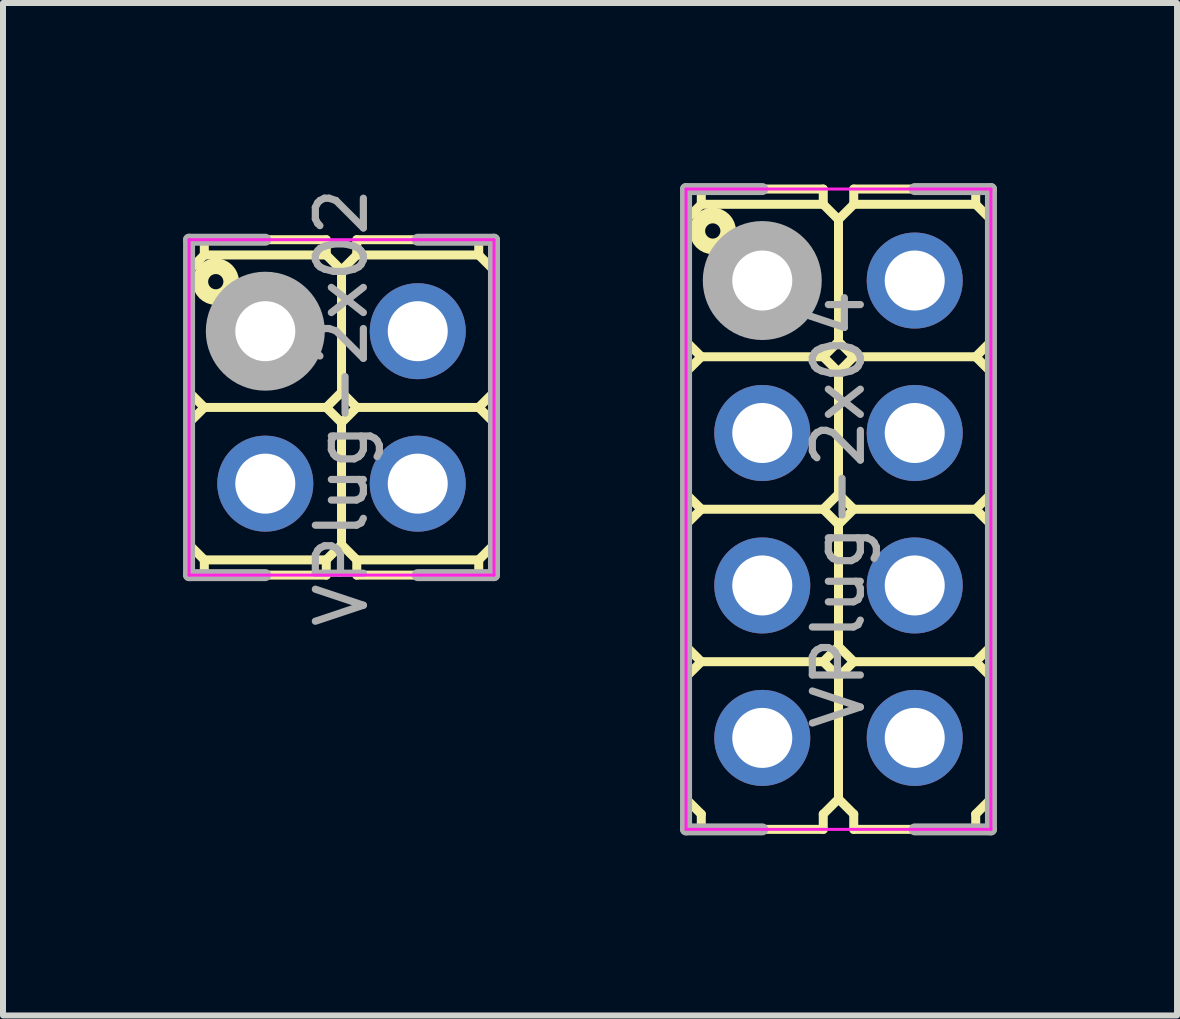
<source format=kicad_pcb>
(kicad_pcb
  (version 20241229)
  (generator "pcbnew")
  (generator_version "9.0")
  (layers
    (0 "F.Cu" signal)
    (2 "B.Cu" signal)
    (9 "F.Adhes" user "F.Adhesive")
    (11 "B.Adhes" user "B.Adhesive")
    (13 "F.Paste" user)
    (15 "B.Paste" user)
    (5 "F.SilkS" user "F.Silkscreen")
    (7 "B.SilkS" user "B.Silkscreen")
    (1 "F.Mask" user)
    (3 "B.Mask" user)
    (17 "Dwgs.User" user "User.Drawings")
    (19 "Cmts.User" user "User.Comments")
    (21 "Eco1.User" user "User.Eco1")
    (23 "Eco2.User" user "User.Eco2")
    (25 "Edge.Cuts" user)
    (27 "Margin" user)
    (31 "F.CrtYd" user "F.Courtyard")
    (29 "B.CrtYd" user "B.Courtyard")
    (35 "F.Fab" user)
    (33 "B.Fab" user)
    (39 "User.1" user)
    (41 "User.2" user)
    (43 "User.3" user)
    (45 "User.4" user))
  (footprint "VPlug-2x02"
    (layer "F.Cu")
    (at 2.64 3.738)
    (property "Reference" "VPlug-2x02" (at 0 0 270) (layer "F.Fab") (effects (font (size 0.8 0.8) (thickness 0.12))))
    (attr through_hole)
    (fp_line (start -2.54 -2.286) (end -2.54 -0.254) (stroke (width 0.15) (type solid)) (layer "F.SilkS"))
    (fp_line (start -2.54 -2.286) (end -2.286 -2.54) (stroke (width 0.15) (type solid)) (layer "F.SilkS"))
    (fp_line (start -2.54 -0.254) (end -2.286 0) (stroke (width 0.15) (type solid)) (layer "F.SilkS"))
    (fp_line (start -2.54 0.254) (end -2.54 2.286) (stroke (width 0.15) (type solid)) (layer "F.SilkS"))
    (fp_line (start -2.54 2.286) (end -2.286 2.54) (stroke (width 0.15) (type solid)) (layer "F.SilkS"))
    (fp_line (start -2.286 -2.794) (end -0.254 -2.794) (stroke (width 0.15) (type solid)) (layer "F.SilkS"))
    (fp_line (start -2.286 -2.54) (end -2.286 -2.794) (stroke (width 0.15) (type solid)) (layer "F.SilkS"))
    (fp_line (start -2.286 -2.54) (end -0.254 -2.54) (stroke (width 0.15) (type solid)) (layer "F.SilkS"))
    (fp_line (start -2.286 0) (end -2.54 0.254) (stroke (width 0.15) (type solid)) (layer "F.SilkS"))
    (fp_line (start -2.286 2.54) (end -2.286 2.794) (stroke (width 0.15) (type solid)) (layer "F.SilkS"))
    (fp_line (start -2.286 2.54) (end -0.254 2.54) (stroke (width 0.15) (type solid)) (layer "F.SilkS"))
    (fp_line (start -2.286 2.794) (end -0.254 2.794) (stroke (width 0.15) (type solid)) (layer "F.SilkS"))
    (fp_line (start -0.254 -2.794) (end -0.254 -2.54) (stroke (width 0.15) (type solid)) (layer "F.SilkS"))
    (fp_line (start -0.254 -2.54) (end 0 -2.286) (stroke (width 0.15) (type solid)) (layer "F.SilkS"))
    (fp_line (start -0.254 0) (end -2.286 0) (stroke (width 0.15) (type solid)) (layer "F.SilkS"))
    (fp_line (start -0.254 2.54) (end 0 2.286) (stroke (width 0.15) (type solid)) (layer "F.SilkS"))
    (fp_line (start -0.254 2.794) (end -0.254 2.54) (stroke (width 0.15) (type solid)) (layer "F.SilkS"))
    (fp_line (start 0 -2.286) (end 0 -0.254) (stroke (width 0.15) (type solid)) (layer "F.SilkS"))
    (fp_line (start 0 -2.286) (end 0.254 -2.54) (stroke (width 0.15) (type solid)) (layer "F.SilkS"))
    (fp_line (start 0 -0.254) (end -0.254 0) (stroke (width 0.15) (type solid)) (layer "F.SilkS"))
    (fp_line (start 0 -0.254) (end 0.254 0) (stroke (width 0.15) (type solid)) (layer "F.SilkS"))
    (fp_line (start 0 0.254) (end -0.254 0) (stroke (width 0.15) (type solid)) (layer "F.SilkS"))
    (fp_line (start 0 2.286) (end 0 0.254) (stroke (width 0.15) (type solid)) (layer "F.SilkS"))
    (fp_line (start 0 2.286) (end 0.254 2.54) (stroke (width 0.15) (type solid)) (layer "F.SilkS"))
    (fp_line (start 0.254 -2.794) (end 2.286 -2.794) (stroke (width 0.15) (type solid)) (layer "F.SilkS"))
    (fp_line (start 0.254 -2.54) (end 0.254 -2.794) (stroke (width 0.15) (type solid)) (layer "F.SilkS"))
    (fp_line (start 0.254 -2.54) (end 2.286 -2.54) (stroke (width 0.15) (type solid)) (layer "F.SilkS"))
    (fp_line (start 0.254 0) (end 0 0.254) (stroke (width 0.15) (type solid)) (layer "F.SilkS"))
    (fp_line (start 0.254 2.54) (end 0.254 2.794) (stroke (width 0.15) (type solid)) (layer "F.SilkS"))
    (fp_line (start 0.254 2.54) (end 2.286 2.54) (stroke (width 0.15) (type solid)) (layer "F.SilkS"))
    (fp_line (start 0.254 2.794) (end 2.286 2.794) (stroke (width 0.15) (type solid)) (layer "F.SilkS"))
    (fp_line (start 2.286 -2.794) (end 2.286 -2.54) (stroke (width 0.15) (type solid)) (layer "F.SilkS"))
    (fp_line (start 2.286 -2.54) (end 2.54 -2.286) (stroke (width 0.15) (type solid)) (layer "F.SilkS"))
    (fp_line (start 2.286 0) (end 0.254 0) (stroke (width 0.15) (type solid)) (layer "F.SilkS"))
    (fp_line (start 2.286 2.54) (end 2.54 2.286) (stroke (width 0.15) (type solid)) (layer "F.SilkS"))
    (fp_line (start 2.286 2.794) (end 2.286 2.54) (stroke (width 0.15) (type solid)) (layer "F.SilkS"))
    (fp_line (start 2.54 -2.286) (end 2.54 -0.254) (stroke (width 0.15) (type solid)) (layer "F.SilkS"))
    (fp_line (start 2.54 -0.254) (end 2.286 0) (stroke (width 0.15) (type solid)) (layer "F.SilkS"))
    (fp_line (start 2.54 0.254) (end 2.286 0) (stroke (width 0.15) (type solid)) (layer "F.SilkS"))
    (fp_line (start 2.54 2.286) (end 2.54 0.254) (stroke (width 0.15) (type solid)) (layer "F.SilkS"))
    (fp_circle (center -2.095 -2.095) (end -1.968 -2.095) (stroke (width 0.26) (type solid)) (fill no) (layer "F.SilkS"))
    (fp_line (start -2.54 -2.794) (end 2.54 -2.794) (stroke (width 0.05) (type solid)) (layer "F.CrtYd"))
    (fp_line (start -2.54 2.794) (end -2.54 -2.794) (stroke (width 0.05) (type solid)) (layer "F.CrtYd"))
    (fp_line (start -2.54 2.794) (end 2.54 2.794) (stroke (width 0.05) (type solid)) (layer "F.CrtYd"))
    (fp_line (start 2.54 -2.794) (end 2.54 2.794) (stroke (width 0.05) (type solid)) (layer "F.CrtYd"))
    (fp_line (start -2.54 -2.794) (end -2.54 2.794) (stroke (width 0.2) (type solid)) (layer "F.Fab"))
    (fp_line (start -2.54 -2.794) (end -1.27 -2.794) (stroke (width 0.2) (type solid)) (layer "F.Fab"))
    (fp_line (start -2.54 2.794) (end -1.27 2.794) (stroke (width 0.2) (type solid)) (layer "F.Fab"))
    (fp_line (start 1.27 -2.794) (end 2.54 -2.794) (stroke (width 0.2) (type solid)) (layer "F.Fab"))
    (fp_line (start 1.27 2.794) (end 2.54 2.794) (stroke (width 0.2) (type solid)) (layer "F.Fab"))
    (fp_line (start 2.54 2.794) (end 2.54 -2.794) (stroke (width 0.2) (type solid)) (layer "F.Fab"))
    (fp_circle (center -1.27 -1.27) (end -1.27 -1.079) (stroke (width 0.8) (type solid)) (fill no) (layer "F.Fab"))
    (pad "1" thru_hole circle (at -1.27 -1.27) (size 1.6 1.6) (drill 1) (layers "*.Cu" "*.Mask"))
    (pad "2" thru_hole circle (at 1.27 -1.27) (size 1.6 1.6) (drill 1) (layers "*.Cu" "*.Mask"))
    (pad "3" thru_hole circle (at -1.27 1.27) (size 1.6 1.6) (drill 1) (layers "*.Cu" "*.Mask"))
    (pad "4" thru_hole circle (at 1.27 1.27) (size 1.6 1.6) (drill 1) (layers "*.Cu" "*.Mask")))
  (footprint "VPlug-2x04"
    (layer "F.Cu")
    (at 10.92 5.434)
    (property "Reference" "VPlug-2x04" (at 0 0 270) (layer "F.Fab") (effects (font (size 0.8 0.8) (thickness 0.12))))
    (attr through_hole)
    (fp_line (start -2.54 -4.826) (end -2.54 -2.794) (stroke (width 0.15) (type solid)) (layer "F.SilkS"))
    (fp_line (start -2.54 -4.826) (end -2.286 -5.08) (stroke (width 0.15) (type solid)) (layer "F.SilkS"))
    (fp_line (start -2.54 -2.794) (end -2.286 -2.54) (stroke (width 0.15) (type solid)) (layer "F.SilkS"))
    (fp_line (start -2.54 -2.286) (end -2.54 -0.254) (stroke (width 0.15) (type solid)) (layer "F.SilkS"))
    (fp_line (start -2.54 -0.254) (end -2.286 0) (stroke (width 0.15) (type solid)) (layer "F.SilkS"))
    (fp_line (start -2.54 0.254) (end -2.54 2.286) (stroke (width 0.15) (type solid)) (layer "F.SilkS"))
    (fp_line (start -2.54 2.286) (end -2.286 2.54) (stroke (width 0.15) (type solid)) (layer "F.SilkS"))
    (fp_line (start -2.54 2.794) (end -2.54 4.826) (stroke (width 0.15) (type solid)) (layer "F.SilkS"))
    (fp_line (start -2.54 4.826) (end -2.286 5.08) (stroke (width 0.15) (type solid)) (layer "F.SilkS"))
    (fp_line (start -2.286 -5.334) (end -0.254 -5.334) (stroke (width 0.15) (type solid)) (layer "F.SilkS"))
    (fp_line (start -2.286 -5.08) (end -2.286 -5.334) (stroke (width 0.15) (type solid)) (layer "F.SilkS"))
    (fp_line (start -2.286 -5.08) (end -0.254 -5.08) (stroke (width 0.15) (type solid)) (layer "F.SilkS"))
    (fp_line (start -2.286 -2.54) (end -2.54 -2.286) (stroke (width 0.15) (type solid)) (layer "F.SilkS"))
    (fp_line (start -2.286 0) (end -2.54 0.254) (stroke (width 0.15) (type solid)) (layer "F.SilkS"))
    (fp_line (start -2.286 0) (end -0.254 0) (stroke (width 0.15) (type solid)) (layer "F.SilkS"))
    (fp_line (start -2.286 2.54) (end -2.54 2.794) (stroke (width 0.15) (type solid)) (layer "F.SilkS"))
    (fp_line (start -2.286 5.08) (end -2.286 5.334) (stroke (width 0.15) (type solid)) (layer "F.SilkS"))
    (fp_line (start -2.286 5.334) (end -0.254 5.334) (stroke (width 0.15) (type solid)) (layer "F.SilkS"))
    (fp_line (start -0.254 -5.334) (end -0.254 -5.08) (stroke (width 0.15) (type solid)) (layer "F.SilkS"))
    (fp_line (start -0.254 -5.08) (end 0 -4.826) (stroke (width 0.15) (type solid)) (layer "F.SilkS"))
    (fp_line (start -0.254 -2.54) (end -2.286 -2.54) (stroke (width 0.15) (type solid)) (layer "F.SilkS"))
    (fp_line (start -0.254 0) (end 0 -0.254) (stroke (width 0.15) (type solid)) (layer "F.SilkS"))
    (fp_line (start -0.254 2.54) (end -2.286 2.54) (stroke (width 0.15) (type solid)) (layer "F.SilkS"))
    (fp_line (start -0.254 2.54) (end 0 2.286) (stroke (width 0.15) (type solid)) (layer "F.SilkS"))
    (fp_line (start -0.254 5.08) (end 0 4.826) (stroke (width 0.15) (type solid)) (layer "F.SilkS"))
    (fp_line (start -0.254 5.334) (end -0.254 5.08) (stroke (width 0.15) (type solid)) (layer "F.SilkS"))
    (fp_line (start 0 -4.826) (end 0 -2.794) (stroke (width 0.15) (type solid)) (layer "F.SilkS"))
    (fp_line (start 0 -4.826) (end 0.254 -5.08) (stroke (width 0.15) (type solid)) (layer "F.SilkS"))
    (fp_line (start 0 -2.794) (end -0.254 -2.54) (stroke (width 0.15) (type solid)) (layer "F.SilkS"))
    (fp_line (start 0 -2.794) (end 0.254 -2.54) (stroke (width 0.15) (type solid)) (layer "F.SilkS"))
    (fp_line (start 0 -2.286) (end -0.254 -2.54) (stroke (width 0.15) (type solid)) (layer "F.SilkS"))
    (fp_line (start 0 -0.254) (end 0 -2.286) (stroke (width 0.15) (type solid)) (layer "F.SilkS"))
    (fp_line (start 0 -0.254) (end 0.254 0) (stroke (width 0.15) (type solid)) (layer "F.SilkS"))
    (fp_line (start 0 0.254) (end -0.254 0) (stroke (width 0.15) (type solid)) (layer "F.SilkS"))
    (fp_line (start 0 2.286) (end 0 0.254) (stroke (width 0.15) (type solid)) (layer "F.SilkS"))
    (fp_line (start 0 2.286) (end 0.254 2.54) (stroke (width 0.15) (type solid)) (layer "F.SilkS"))
    (fp_line (start 0 2.794) (end -0.254 2.54) (stroke (width 0.15) (type solid)) (layer "F.SilkS"))
    (fp_line (start 0 4.826) (end 0 2.794) (stroke (width 0.15) (type solid)) (layer "F.SilkS"))
    (fp_line (start 0 4.826) (end 0.254 5.08) (stroke (width 0.15) (type solid)) (layer "F.SilkS"))
    (fp_line (start 0.254 -5.334) (end 2.286 -5.334) (stroke (width 0.15) (type solid)) (layer "F.SilkS"))
    (fp_line (start 0.254 -5.08) (end 0.254 -5.334) (stroke (width 0.15) (type solid)) (layer "F.SilkS"))
    (fp_line (start 0.254 -5.08) (end 2.286 -5.08) (stroke (width 0.15) (type solid)) (layer "F.SilkS"))
    (fp_line (start 0.254 -2.54) (end 0 -2.286) (stroke (width 0.15) (type solid)) (layer "F.SilkS"))
    (fp_line (start 0.254 0) (end 0 0.254) (stroke (width 0.15) (type solid)) (layer "F.SilkS"))
    (fp_line (start 0.254 0) (end 2.286 0) (stroke (width 0.15) (type solid)) (layer "F.SilkS"))
    (fp_line (start 0.254 2.54) (end 0 2.794) (stroke (width 0.15) (type solid)) (layer "F.SilkS"))
    (fp_line (start 0.254 5.08) (end 0.254 5.334) (stroke (width 0.15) (type solid)) (layer "F.SilkS"))
    (fp_line (start 0.254 5.334) (end 2.286 5.334) (stroke (width 0.15) (type solid)) (layer "F.SilkS"))
    (fp_line (start 2.286 -5.334) (end 2.286 -5.08) (stroke (width 0.15) (type solid)) (layer "F.SilkS"))
    (fp_line (start 2.286 -5.08) (end 2.54 -4.826) (stroke (width 0.15) (type solid)) (layer "F.SilkS"))
    (fp_line (start 2.286 -2.54) (end 0.254 -2.54) (stroke (width 0.15) (type solid)) (layer "F.SilkS"))
    (fp_line (start 2.286 0) (end 2.54 -0.254) (stroke (width 0.15) (type solid)) (layer "F.SilkS"))
    (fp_line (start 2.286 2.54) (end 0.254 2.54) (stroke (width 0.15) (type solid)) (layer "F.SilkS"))
    (fp_line (start 2.286 2.54) (end 2.54 2.286) (stroke (width 0.15) (type solid)) (layer "F.SilkS"))
    (fp_line (start 2.286 5.08) (end 2.54 4.826) (stroke (width 0.15) (type solid)) (layer "F.SilkS"))
    (fp_line (start 2.286 5.334) (end 2.286 5.08) (stroke (width 0.15) (type solid)) (layer "F.SilkS"))
    (fp_line (start 2.54 -4.826) (end 2.54 -2.794) (stroke (width 0.15) (type solid)) (layer "F.SilkS"))
    (fp_line (start 2.54 -2.794) (end 2.286 -2.54) (stroke (width 0.15) (type solid)) (layer "F.SilkS"))
    (fp_line (start 2.54 -2.286) (end 2.286 -2.54) (stroke (width 0.15) (type solid)) (layer "F.SilkS"))
    (fp_line (start 2.54 -0.254) (end 2.54 -2.286) (stroke (width 0.15) (type solid)) (layer "F.SilkS"))
    (fp_line (start 2.54 0.254) (end 2.286 0) (stroke (width 0.15) (type solid)) (layer "F.SilkS"))
    (fp_line (start 2.54 2.286) (end 2.54 0.254) (stroke (width 0.15) (type solid)) (layer "F.SilkS"))
    (fp_line (start 2.54 2.794) (end 2.286 2.54) (stroke (width 0.15) (type solid)) (layer "F.SilkS"))
    (fp_line (start 2.54 4.826) (end 2.54 2.794) (stroke (width 0.15) (type solid)) (layer "F.SilkS"))
    (fp_circle (center -2.095 -4.636) (end -1.968 -4.636) (stroke (width 0.26) (type solid)) (fill no) (layer "F.SilkS"))
    (fp_line (start -2.54 -5.334) (end 2.54 -5.334) (stroke (width 0.05) (type solid)) (layer "F.CrtYd"))
    (fp_line (start -2.54 5.334) (end -2.54 -5.334) (stroke (width 0.05) (type solid)) (layer "F.CrtYd"))
    (fp_line (start -2.54 5.334) (end 2.54 5.334) (stroke (width 0.05) (type solid)) (layer "F.CrtYd"))
    (fp_line (start 2.54 -5.334) (end 2.54 5.334) (stroke (width 0.05) (type solid)) (layer "F.CrtYd"))
    (fp_line (start -2.54 -5.334) (end -2.54 5.334) (stroke (width 0.2) (type solid)) (layer "F.Fab"))
    (fp_line (start -2.54 -5.334) (end -1.27 -5.334) (stroke (width 0.2) (type solid)) (layer "F.Fab"))
    (fp_line (start -2.54 5.334) (end -1.27 5.334) (stroke (width 0.2) (type solid)) (layer "F.Fab"))
    (fp_line (start 1.27 -5.334) (end 2.54 -5.334) (stroke (width 0.2) (type solid)) (layer "F.Fab"))
    (fp_line (start 1.27 5.334) (end 2.54 5.334) (stroke (width 0.2) (type solid)) (layer "F.Fab"))
    (fp_line (start 2.54 5.334) (end 2.54 -5.334) (stroke (width 0.2) (type solid)) (layer "F.Fab"))
    (fp_circle (center -1.27 -3.81) (end -1.27 -3.619) (stroke (width 0.8) (type solid)) (fill no) (layer "F.Fab"))
    (pad "1" thru_hole circle (at -1.27 -3.81) (size 1.6 1.6) (drill 1) (layers "*.Cu" "*.Mask"))
    (pad "2" thru_hole circle (at 1.27 -3.81) (size 1.6 1.6) (drill 1) (layers "*.Cu" "*.Mask"))
    (pad "3" thru_hole circle (at -1.27 -1.27) (size 1.6 1.6) (drill 1) (layers "*.Cu" "*.Mask"))
    (pad "4" thru_hole circle (at 1.27 -1.27) (size 1.6 1.6) (drill 1) (layers "*.Cu" "*.Mask"))
    (pad "5" thru_hole circle (at -1.27 1.27) (size 1.6 1.6) (drill 1) (layers "*.Cu" "*.Mask"))
    (pad "6" thru_hole circle (at 1.27 1.27) (size 1.6 1.6) (drill 1) (layers "*.Cu" "*.Mask"))
    (pad "7" thru_hole circle (at -1.27 3.81) (size 1.6 1.6) (drill 1) (layers "*.Cu" "*.Mask"))
    (pad "8" thru_hole circle (at 1.27 3.81) (size 1.6 1.6) (drill 1) (layers "*.Cu" "*.Mask")))
  (gr_rect
    (start -3 -3)
    (end 16.56 13.868)
    (stroke (width 0.1) (type default))
    (fill no)
    (layer "Edge.Cuts")))
</source>
